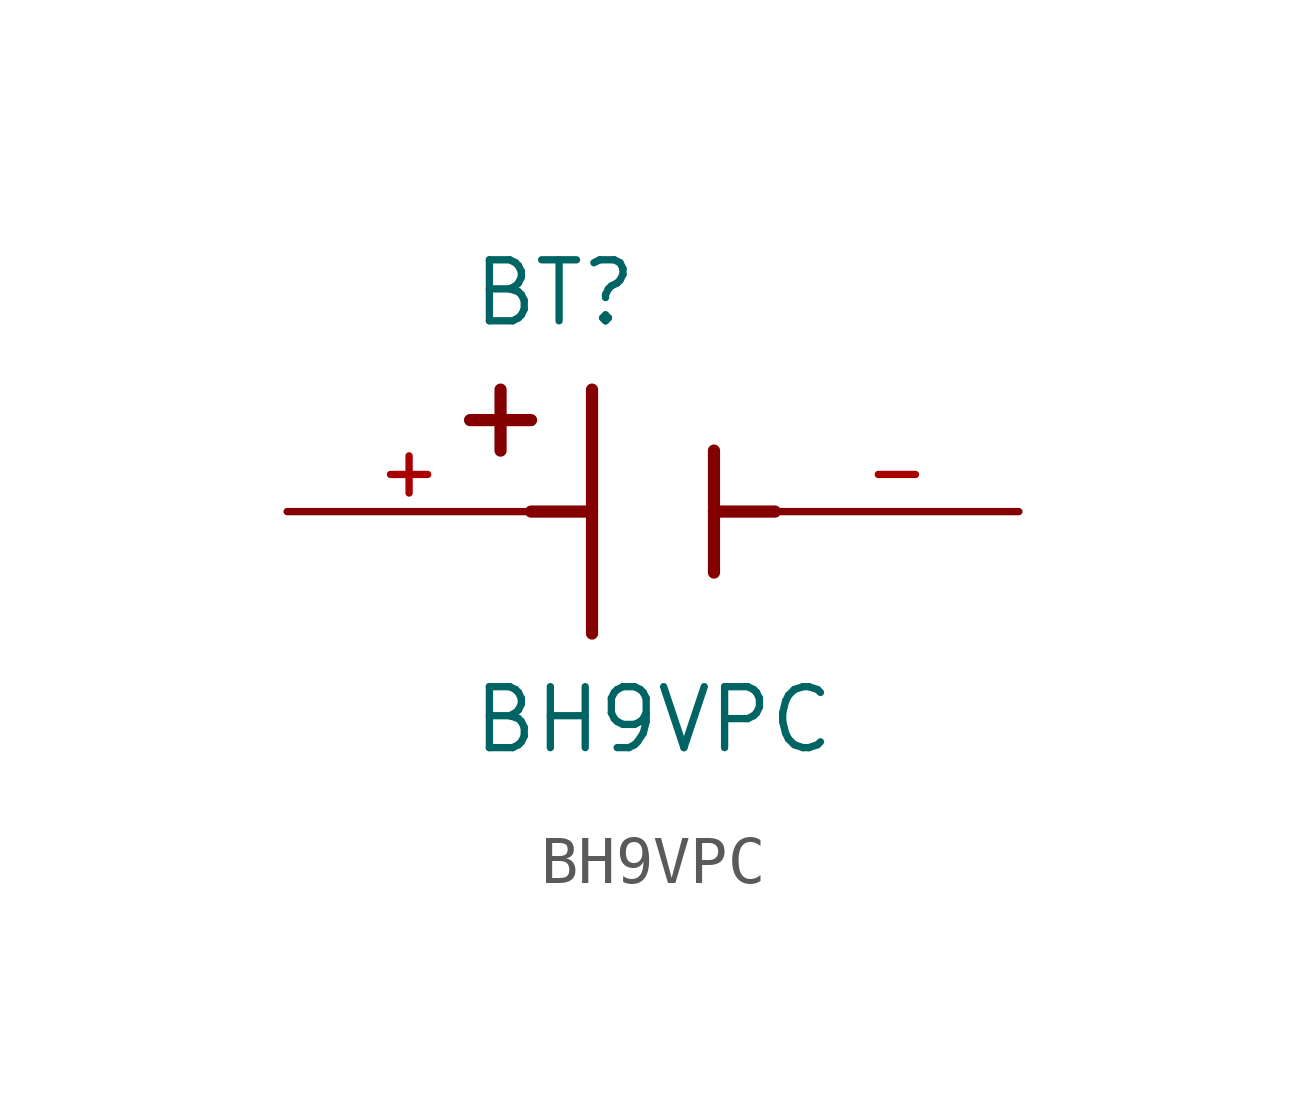
<source format=kicad_sym>
(kicad_symbol_lib
  (version 20220914)
  (generator kicad_symbol_editor)
  (symbol "BH9VPC"
    (pin_names
      (offset 1.016))
    (property "Reference" "BT"
      (at -3.81 3.81 0)
      (effects (font (size 1.27 1.27)) (justify left bottom)))
    (property "Value" "BH9VPC"
      (at -3.81 -5.08 0)
      (effects (font (size 1.27 1.27)) (justify left bottom)))
    (symbol "BH9VPC_0_0"
      (polyline (pts (xy -3.81 1.905) (xy -2.54 1.905)) (stroke (width 0.254) (type default)) (fill (type none)))
      (polyline (pts (xy -3.175 2.54) (xy -3.175 1.27)) (stroke (width 0.254) (type default)) (fill (type none)))
      (polyline (pts (xy -1.27 0) (xy -2.54 0)) (stroke (width 0.254) (type default)) (fill (type none)))
      (polyline (pts (xy -1.27 0) (xy -1.27 -2.54)) (stroke (width 0.254) (type default)) (fill (type none)))
      (polyline (pts (xy -1.27 2.54) (xy -1.27 0)) (stroke (width 0.254) (type default)) (fill (type none)))
      (polyline (pts (xy 1.27 0) (xy 1.27 -1.27)) (stroke (width 0.254) (type default)) (fill (type none)))
      (polyline (pts (xy 1.27 0) (xy 2.54 0)) (stroke (width 0.254) (type default)) (fill (type none)))
      (polyline (pts (xy 1.27 1.27) (xy 1.27 0)) (stroke (width 0.254) (type default)) (fill (type none)))
      (pin passive line (at -7.62 0 0) (length 5.08) (name "~" (effects (font (size 1.016 1.016)))) (number "+" (effects (font (size 1.016 1.016)))))
      (pin passive line (at 7.62 0 180) (length 5.08) (name "~" (effects (font (size 1.016 1.016)))) (number "-" (effects (font (size 1.016 1.016))))))))
</source>
